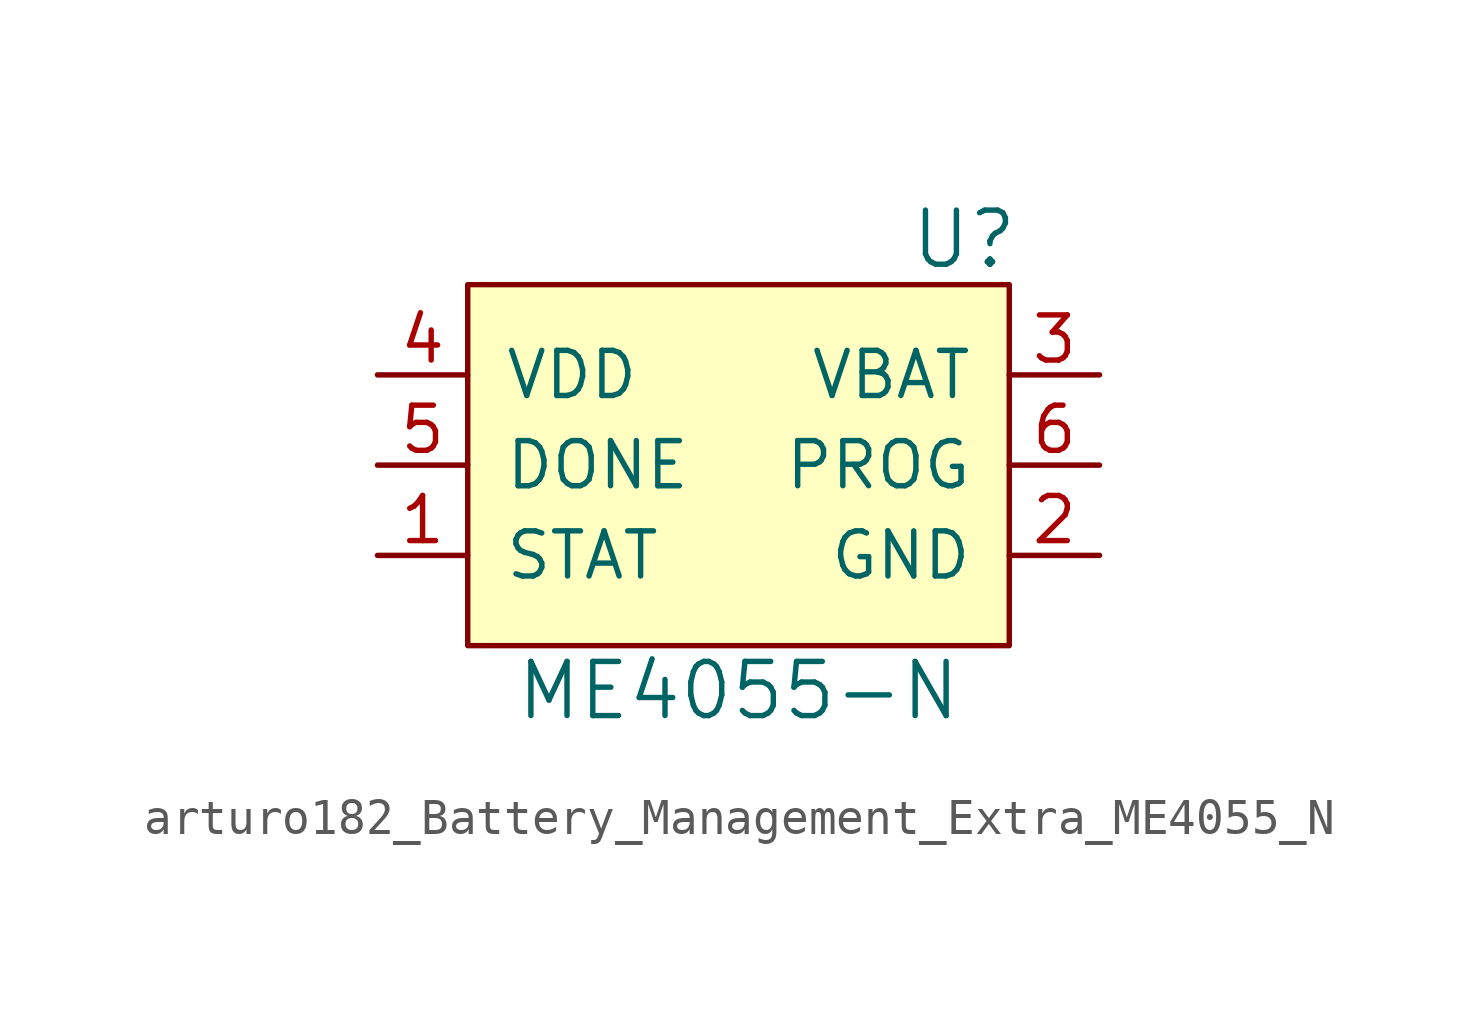
<source format=kicad_sym>
(kicad_symbol_lib
  (version 20220914)
  (generator kicad_symbol_editor)
  (symbol "arturo182_Battery_Management_Extra_ME4055_N"
    (pin_names
      (offset 1.016))
    (property "Reference" "U"
      (at 6.35 6.35 0)
      (effects (font (size 1.524 1.524))))
    (property "Value" "ME4055-N"
      (at 0 -6.35 0)
      (effects (font (size 1.524 1.524))))
    (symbol "arturo182_Battery_Management_Extra_ME4055_N_0_1"
      (rectangle (start -7.62 5.08) (end 7.62 -5.08) (stroke (width 0) (type default) (color 0 0 0 0)) (fill (type background))))
    (symbol "arturo182_Battery_Management_Extra_ME4055_N_1_1"
      (pin output line (at -10.16 -2.54 0) (length 2.54) (name "STAT" (effects (font (size 1.27 1.27)))) (number "1" (effects (font (size 1.27 1.27)))))
      (pin power_in line (at 10.16 -2.54 180) (length 2.54) (name "GND" (effects (font (size 1.27 1.27)))) (number "2" (effects (font (size 1.27 1.27)))))
      (pin power_out line (at 10.16 2.54 180) (length 2.54) (name "VBAT" (effects (font (size 1.27 1.27)))) (number "3" (effects (font (size 1.27 1.27)))))
      (pin power_in line (at -10.16 2.54 0) (length 2.54) (name "VDD" (effects (font (size 1.27 1.27)))) (number "4" (effects (font (size 1.27 1.27)))))
      (pin output line (at -10.16 0 0) (length 2.54) (name "DONE" (effects (font (size 1.27 1.27)))) (number "5" (effects (font (size 1.27 1.27)))))
      (pin input line (at 10.16 0 180) (length 2.54) (name "PROG" (effects (font (size 1.27 1.27)))) (number "6" (effects (font (size 1.27 1.27))))))))
</source>
